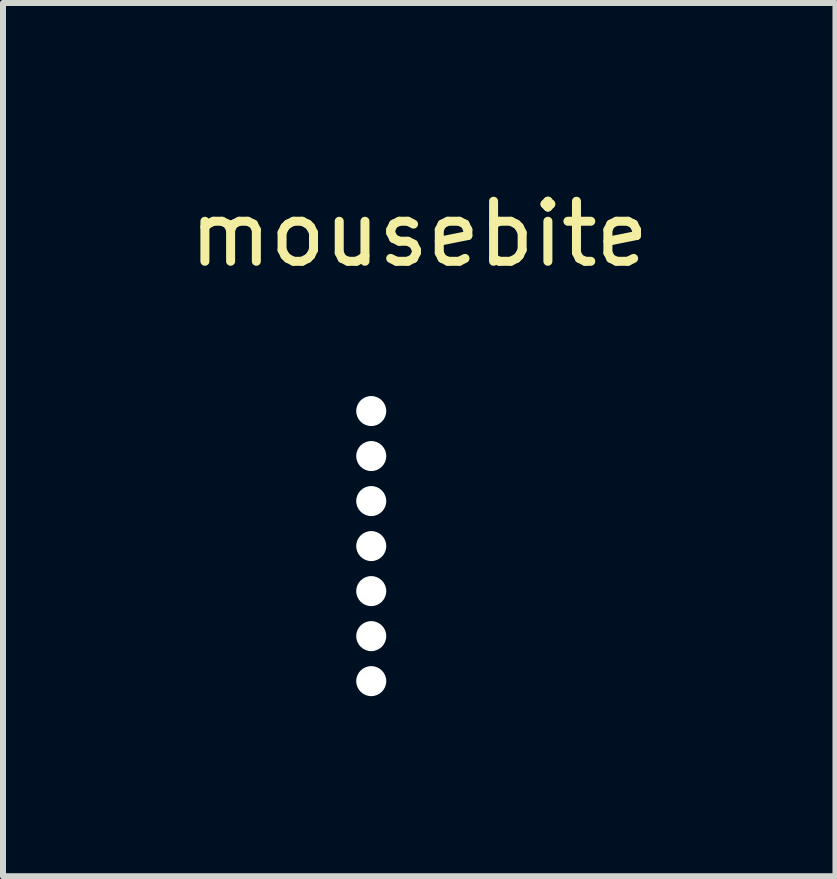
<source format=kicad_pcb>
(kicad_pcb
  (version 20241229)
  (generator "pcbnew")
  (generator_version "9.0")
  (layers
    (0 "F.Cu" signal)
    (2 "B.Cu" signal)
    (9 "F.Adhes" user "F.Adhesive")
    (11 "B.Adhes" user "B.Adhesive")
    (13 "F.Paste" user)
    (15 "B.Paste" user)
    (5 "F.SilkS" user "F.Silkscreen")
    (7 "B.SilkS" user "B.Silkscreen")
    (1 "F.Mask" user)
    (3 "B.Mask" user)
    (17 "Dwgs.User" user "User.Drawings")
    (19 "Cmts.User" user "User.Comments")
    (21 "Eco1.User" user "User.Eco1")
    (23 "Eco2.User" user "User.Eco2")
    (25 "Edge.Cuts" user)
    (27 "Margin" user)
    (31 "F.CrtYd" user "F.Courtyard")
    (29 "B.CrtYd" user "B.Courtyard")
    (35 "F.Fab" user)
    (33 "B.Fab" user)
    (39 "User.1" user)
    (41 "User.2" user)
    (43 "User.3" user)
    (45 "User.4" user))
  (footprint "mousebite"
    (layer "F.Cu")
    (at 3.135 6.048)
    (property "Reference" "mousebite" (at 0.8 -5.2 0) (unlocked yes) (layer "F.SilkS") (effects (font (size 1 1) (thickness 0.15))))
    (attr smd)
    (pad "" np_thru_hole circle (at 0 -2.25) (size 0.5 0.5) (drill 0.5) (layers "*.Cu" "*.Mask"))
    (pad "" np_thru_hole circle (at 0 -1.5) (size 0.5 0.5) (drill 0.5) (layers "*.Cu" "*.Mask"))
    (pad "" np_thru_hole circle (at 0 -0.75) (size 0.5 0.5) (drill 0.5) (layers "*.Cu" "*.Mask"))
    (pad "" np_thru_hole circle (at 0 0) (size 0.5 0.5) (drill 0.5) (layers "*.Cu" "*.Mask"))
    (pad "" np_thru_hole circle (at 0 0.75) (size 0.5 0.5) (drill 0.5) (layers "*.Cu" "*.Mask"))
    (pad "" np_thru_hole circle (at 0 1.5) (size 0.5 0.5) (drill 0.5) (layers "*.Cu" "*.Mask"))
    (pad "" np_thru_hole circle (at 0 2.25) (size 0.5 0.5) (drill 0.5) (layers "*.Cu" "*.Mask")))
  (gr_rect
    (start -3 -3)
    (end 10.869 11.548)
    (stroke (width 0.1) (type default))
    (fill no)
    (layer "Edge.Cuts")))
</source>
